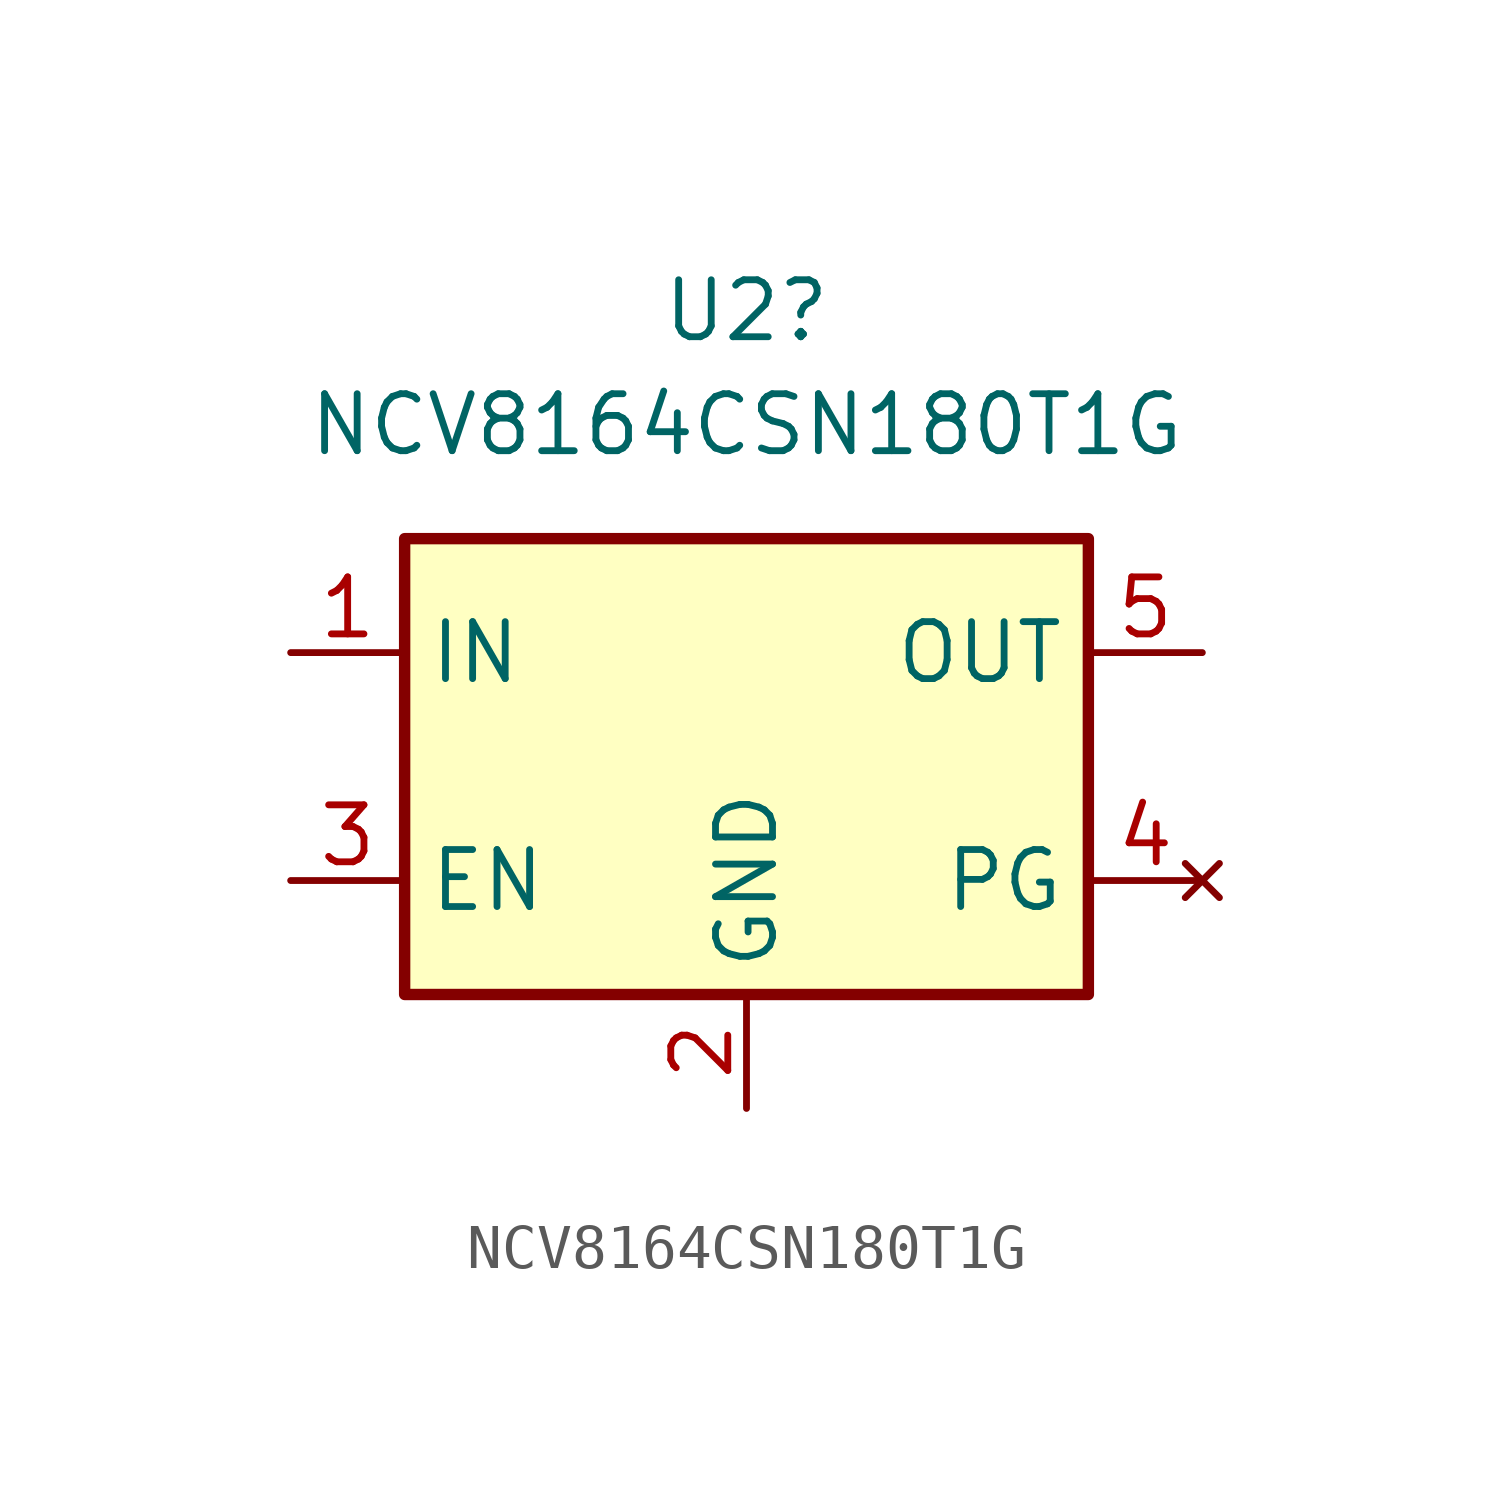
<source format=kicad_sym>
(kicad_symbol_lib
  (version 20241209)
  (generator "kicad_symbol_editor")
  (generator_version "9.0")
  (symbol "NCV8164CSN180T1G"
    (property "Reference" "U2"
      (at 0 10.16 0)
      (effects (font (size 1.27 1.27))))
    (property "Value" "NCV8164CSN180T1G"
      (at 0 7.62 0)
      (effects (font (size 1.27 1.27))))
    (symbol "NCV8164CSN180T1G_0_1"
      (rectangle (start -7.62 5.08) (end 7.62 -5.08) (stroke (width 0.254) (type default)) (fill (type background))))
    (symbol "NCV8164CSN180T1G_1_1"
      (pin power_in line (at -10.16 2.54 0) (length 2.54) (name "IN" (effects (font (size 1.27 1.27)))) (number "1" (effects (font (size 1.27 1.27)))))
      (pin input line (at -10.16 -2.54 0) (length 2.54) (name "EN" (effects (font (size 1.27 1.27)))) (number "3" (effects (font (size 1.27 1.27)))))
      (pin power_in line (at 0 -7.62 90) (length 2.54) (name "GND" (effects (font (size 1.27 1.27)))) (number "2" (effects (font (size 1.27 1.27)))))
      (pin power_out line (at 10.16 2.54 180) (length 2.54) (name "OUT" (effects (font (size 1.27 1.27)))) (number "5" (effects (font (size 1.27 1.27)))))
      (pin no_connect line (at 10.16 -2.54 180) (length 2.54) (name "PG" (effects (font (size 1.27 1.27)))) (number "4" (effects (font (size 1.27 1.27))))))))
</source>
